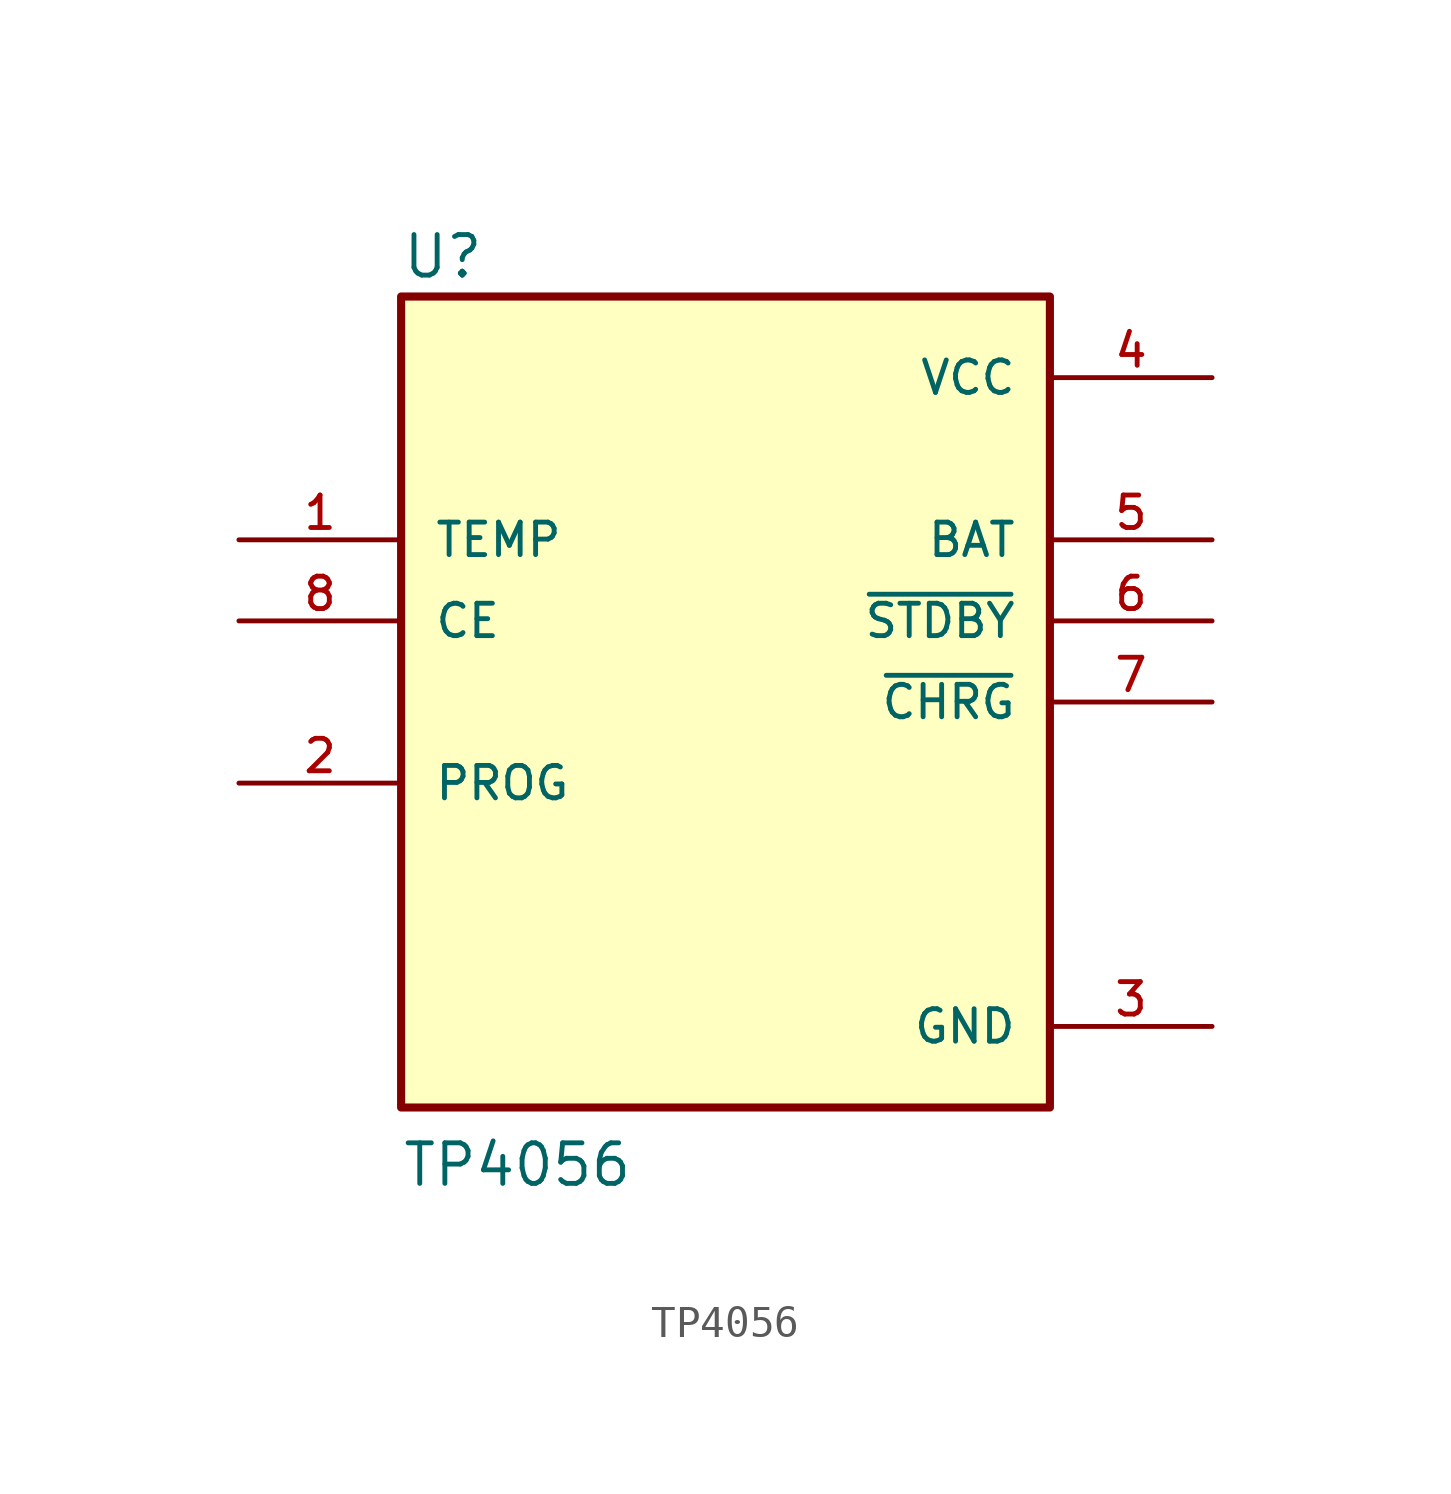
<source format=kicad_sym>
(kicad_symbol_lib
  (version 20211014)
  (generator kicad_symbol_editor)
  (symbol "TP4056"
    (pin_names
      (offset 1.016))
    (property "Reference" "U"
      (at -10.16 13.208 0)
      (effects (font (size 1.27 1.27)) (justify left bottom)))
    (property "Value" "TP4056"
      (at -10.16 -15.24 0)
      (effects (font (size 1.27 1.27)) (justify left bottom)))
    (symbol "TP4056_0_0"
      (rectangle (start -10.16 -12.7) (end 10.16 12.7) (stroke (width 0.254) (type default) (color 0 0 0 0)) (fill (type background)))
      (pin input line (at -15.24 5.08 0) (length 5.08) (name "TEMP" (effects (font (size 1.016 1.016)))) (number "1" (effects (font (size 1.016 1.016)))))
      (pin bidirectional line (at -15.24 -2.54 0) (length 5.08) (name "PROG" (effects (font (size 1.016 1.016)))) (number "2" (effects (font (size 1.016 1.016)))))
      (pin power_in line (at 15.24 -10.16 180) (length 5.08) (name "GND" (effects (font (size 1.016 1.016)))) (number "3" (effects (font (size 1.016 1.016)))))
      (pin power_in line (at 15.24 10.16 180) (length 5.08) (name "VCC" (effects (font (size 1.016 1.016)))) (number "4" (effects (font (size 1.016 1.016)))))
      (pin output line (at 15.24 5.08 180) (length 5.08) (name "BAT" (effects (font (size 1.016 1.016)))) (number "5" (effects (font (size 1.016 1.016)))))
      (pin output line (at 15.24 2.54 180) (length 5.08) (name "~{STDBY}" (effects (font (size 1.016 1.016)))) (number "6" (effects (font (size 1.016 1.016)))))
      (pin output line (at 15.24 0 180) (length 5.08) (name "~{CHRG}" (effects (font (size 1.016 1.016)))) (number "7" (effects (font (size 1.016 1.016)))))
      (pin input line (at -15.24 2.54 0) (length 5.08) (name "CE" (effects (font (size 1.016 1.016)))) (number "8" (effects (font (size 1.016 1.016))))))))
</source>
